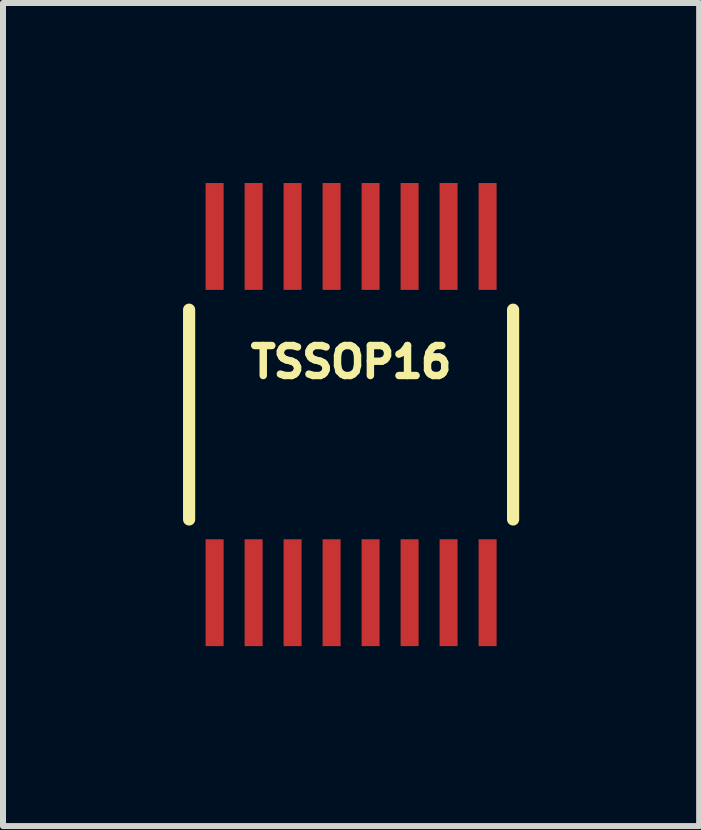
<source format=kicad_pcb>
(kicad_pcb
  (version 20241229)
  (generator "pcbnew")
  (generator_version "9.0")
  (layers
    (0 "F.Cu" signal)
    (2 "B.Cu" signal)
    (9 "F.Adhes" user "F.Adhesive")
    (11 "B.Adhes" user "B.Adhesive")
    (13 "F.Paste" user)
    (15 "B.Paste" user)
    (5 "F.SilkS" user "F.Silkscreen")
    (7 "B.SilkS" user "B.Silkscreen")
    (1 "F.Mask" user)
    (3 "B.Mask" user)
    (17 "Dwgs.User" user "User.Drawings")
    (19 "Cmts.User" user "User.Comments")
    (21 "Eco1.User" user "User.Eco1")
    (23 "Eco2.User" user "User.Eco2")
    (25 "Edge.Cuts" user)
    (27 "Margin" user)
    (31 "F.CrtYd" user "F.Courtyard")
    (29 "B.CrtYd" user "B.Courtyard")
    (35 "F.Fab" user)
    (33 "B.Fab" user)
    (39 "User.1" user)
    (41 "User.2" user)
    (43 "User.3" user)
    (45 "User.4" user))
  (footprint "TSSOP16"
    (layer "F.Cu")
    (at 2.802 3.86)
    (property "Reference" "TSSOP16" (at 0 -0.876 0) (layer "F.SilkS") (effects (font (size 0.5 0.5) (thickness 0.124))))
    (attr through_hole)
    (fp_line (start -2.7 -1.748) (end -2.7 1.748) (stroke (width 0.203) (type solid)) (layer "F.SilkS"))
    (fp_line (start 2.7 1.748) (end 2.7 -1.748) (stroke (width 0.203) (type solid)) (layer "F.SilkS"))
    (pad "1" smd rect (at -2.275 2.969) (size 0.3 1.781) (layers "F.Cu" "F.Mask" "F.Paste"))
    (pad "2" smd rect (at -1.625 2.969) (size 0.3 1.781) (layers "F.Cu" "F.Mask" "F.Paste"))
    (pad "3" smd rect (at -0.975 2.969) (size 0.3 1.781) (layers "F.Cu" "F.Mask" "F.Paste"))
    (pad "4" smd rect (at -0.325 2.969) (size 0.3 1.781) (layers "F.Cu" "F.Mask" "F.Paste"))
    (pad "5" smd rect (at 0.325 2.969) (size 0.3 1.781) (layers "F.Cu" "F.Mask" "F.Paste"))
    (pad "6" smd rect (at 0.975 2.969) (size 0.3 1.781) (layers "F.Cu" "F.Mask" "F.Paste"))
    (pad "7" smd rect (at 1.625 2.969) (size 0.3 1.781) (layers "F.Cu" "F.Mask" "F.Paste"))
    (pad "8" smd rect (at 2.275 2.969) (size 0.3 1.781) (layers "F.Cu" "F.Mask" "F.Paste"))
    (pad "9" smd rect (at 2.275 -2.969) (size 0.3 1.781) (layers "F.Cu" "F.Mask" "F.Paste"))
    (pad "10" smd rect (at 1.625 -2.969) (size 0.3 1.781) (layers "F.Cu" "F.Mask" "F.Paste"))
    (pad "11" smd rect (at 0.975 -2.969) (size 0.3 1.781) (layers "F.Cu" "F.Mask" "F.Paste"))
    (pad "12" smd rect (at 0.325 -2.969) (size 0.3 1.781) (layers "F.Cu" "F.Mask" "F.Paste"))
    (pad "13" smd rect (at -0.325 -2.969) (size 0.3 1.781) (layers "F.Cu" "F.Mask" "F.Paste"))
    (pad "14" smd rect (at -0.975 -2.969) (size 0.3 1.781) (layers "F.Cu" "F.Mask" "F.Paste"))
    (pad "15" smd rect (at -1.625 -2.969) (size 0.3 1.781) (layers "F.Cu" "F.Mask" "F.Paste"))
    (pad "16" smd rect (at -2.275 -2.969) (size 0.3 1.781) (layers "F.Cu" "F.Mask" "F.Paste")))
  (gr_rect
    (start -3 -3)
    (end 8.603 10.719)
    (stroke (width 0.1) (type default))
    (fill no)
    (layer "Edge.Cuts")))
</source>
